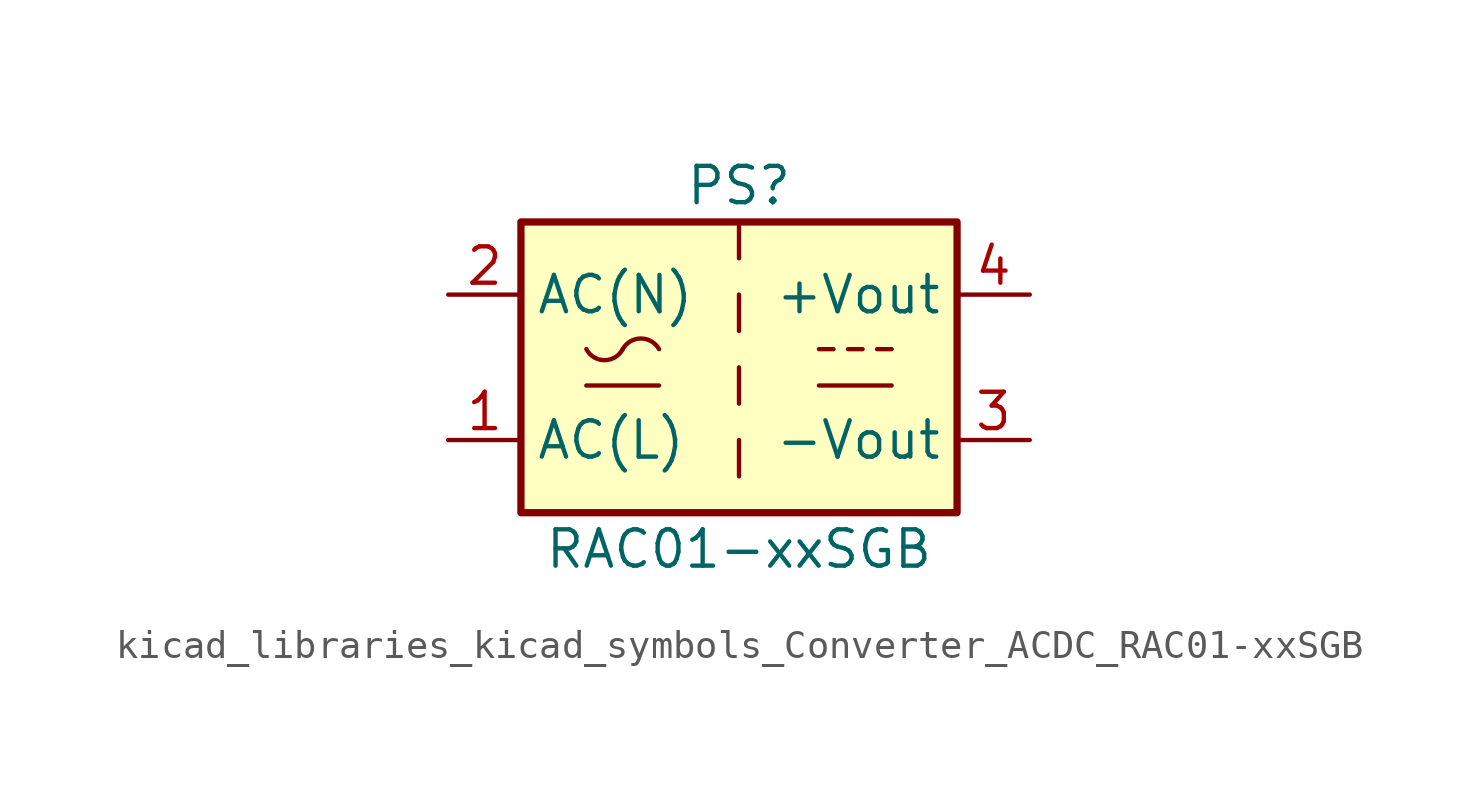
<source format=kicad_sym>
(kicad_symbol_lib
  (version 20220914)
  (generator kicad_symbol_editor)
  (symbol "kicad_libraries_kicad_symbols_Converter_ACDC_RAC01-xxSGB"
    (property "Reference" "PS"
      (at 0 6.35 0)
      (effects (font (size 1.27 1.27))))
    (property "Value" "RAC01-xxSGB"
      (at 0 -6.35 0)
      (effects (font (size 1.27 1.27))))
    (symbol "kicad_libraries_kicad_symbols_Converter_ACDC_RAC01-xxSGB_1_1"
      (rectangle (start -7.62 5.08) (end 7.62 -5.08) (stroke (width 0.254) (type default)) (fill (type background)))
      (arc (start -5.334 0.635) (mid -4.699 0.2495) (end -4.064 0.635) (stroke (width 0) (type default)) (fill (type none)))
      (arc (start -2.794 0.635) (mid -3.429 1.0072) (end -4.064 0.635) (stroke (width 0) (type default)) (fill (type none)))
      (polyline (pts (xy -5.334 -0.635) (xy -2.794 -0.635)) (stroke (width 0) (type default)) (fill (type none)))
      (polyline (pts (xy 0 -2.54) (xy 0 -3.81)) (stroke (width 0) (type default)) (fill (type none)))
      (polyline (pts (xy 0 0) (xy 0 -1.27)) (stroke (width 0) (type default)) (fill (type none)))
      (polyline (pts (xy 0 2.54) (xy 0 1.27)) (stroke (width 0) (type default)) (fill (type none)))
      (polyline (pts (xy 0 5.08) (xy 0 3.81)) (stroke (width 0) (type default)) (fill (type none)))
      (polyline (pts (xy 2.794 -0.635) (xy 5.334 -0.635)) (stroke (width 0) (type default)) (fill (type none)))
      (polyline (pts (xy 2.794 0.635) (xy 3.302 0.635)) (stroke (width 0) (type default)) (fill (type none)))
      (polyline (pts (xy 3.81 0.635) (xy 4.318 0.635)) (stroke (width 0) (type default)) (fill (type none)))
      (polyline (pts (xy 4.826 0.635) (xy 5.334 0.635)) (stroke (width 0) (type default)) (fill (type none)))
      (pin power_in line (at -10.16 -2.54 0) (length 2.54) (name "AC(L)" (effects (font (size 1.27 1.27)))) (number "1" (effects (font (size 1.27 1.27)))))
      (pin power_in line (at -10.16 2.54 0) (length 2.54) (name "AC(N)" (effects (font (size 1.27 1.27)))) (number "2" (effects (font (size 1.27 1.27)))))
      (pin power_out line (at 10.16 -2.54 180) (length 2.54) (name "-Vout" (effects (font (size 1.27 1.27)))) (number "3" (effects (font (size 1.27 1.27)))))
      (pin power_out line (at 10.16 2.54 180) (length 2.54) (name "+Vout" (effects (font (size 1.27 1.27)))) (number "4" (effects (font (size 1.27 1.27))))))))
</source>
